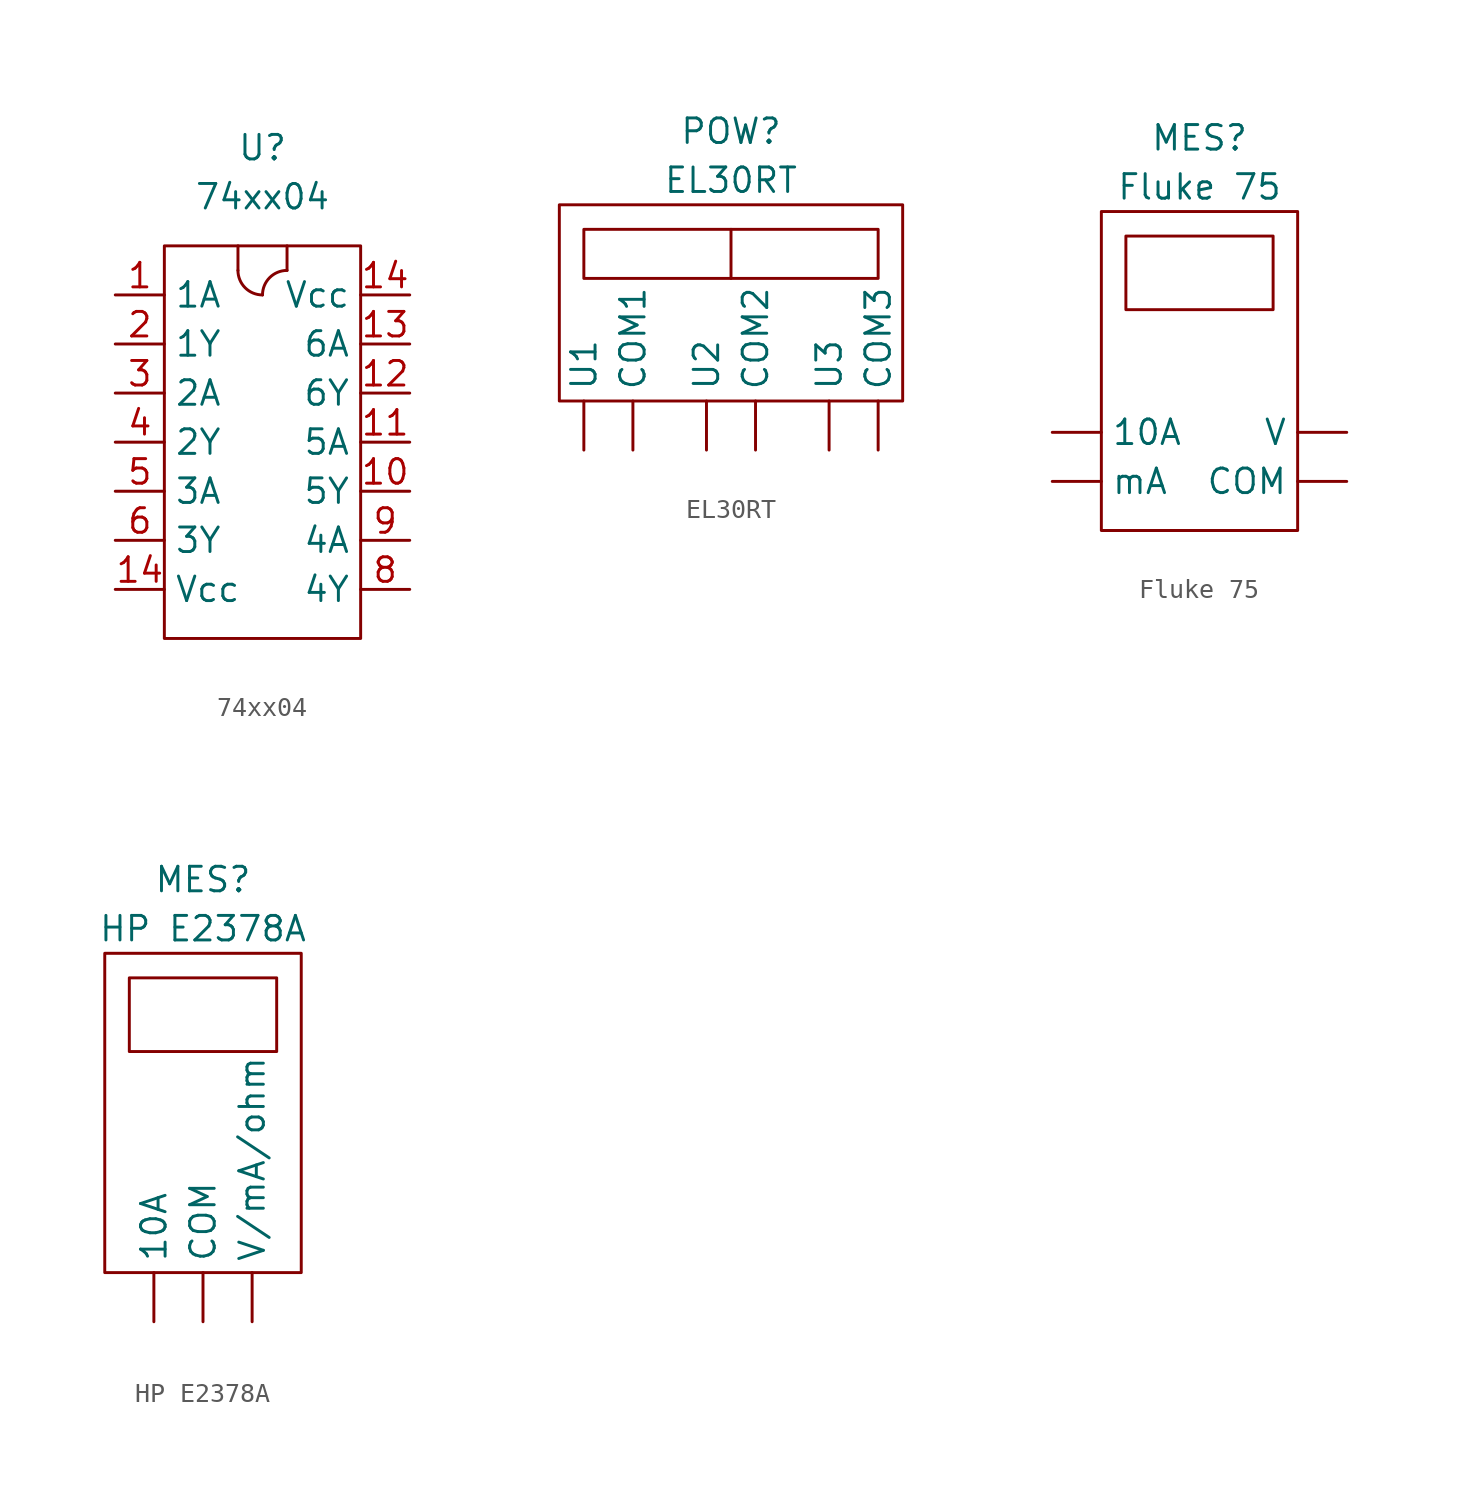
<source format=kicad_sym>
(kicad_symbol_lib
  (version 20211014)
  (generator kicad_symbol_editor)
  (symbol "74xx04"
    (property "Reference" "U"
      (at 0 13.97 0)
      (effects (font (size 1.27 1.27))))
    (property "Value" "74xx04"
      (at 0 11.43 0)
      (effects (font (size 1.27 1.27))))
    (symbol "74xx04_0_1"
      (rectangle (start -5.08 8.89) (end 5.08 -11.43) (stroke (width 0) (type default) (color 0 0 0 0)) (fill (type none)))
      (arc (start -1.27 7.62) (mid -0.898 6.722) (end 0 6.35) (stroke (width 0) (type default) (color 0 0 0 0)) (fill (type none)))
      (polyline (pts (xy -1.27 8.89) (xy -1.27 7.62)) (stroke (width 0) (type default) (color 0 0 0 0)) (fill (type none)))
      (polyline (pts (xy 1.27 8.89) (xy 1.27 7.62)) (stroke (width 0) (type default) (color 0 0 0 0)) (fill (type none)))
      (arc (start 1.27 7.62) (mid -0.898 8.518) (end 0 6.35) (stroke (width 0) (type default) (color 0 0 0 0)) (fill (type none))))
    (symbol "74xx04_1_1"
      (pin input line (at -7.62 6.35 0) (length 2.54) (name "1A" (effects (font (size 1.27 1.27)))) (number "1" (effects (font (size 1.27 1.27)))))
      (pin output line (at 7.62 -3.81 180) (length 2.54) (name "5Y" (effects (font (size 1.27 1.27)))) (number "10" (effects (font (size 1.27 1.27)))))
      (pin input line (at 7.62 -1.27 180) (length 2.54) (name "5A" (effects (font (size 1.27 1.27)))) (number "11" (effects (font (size 1.27 1.27)))))
      (pin output line (at 7.62 1.27 180) (length 2.54) (name "6Y" (effects (font (size 1.27 1.27)))) (number "12" (effects (font (size 1.27 1.27)))))
      (pin input line (at 7.62 3.81 180) (length 2.54) (name "6A" (effects (font (size 1.27 1.27)))) (number "13" (effects (font (size 1.27 1.27)))))
      (pin power_in line (at -7.62 -8.89 0) (length 2.54) (name "Vcc" (effects (font (size 1.27 1.27)))) (number "14" (effects (font (size 1.27 1.27)))))
      (pin power_in line (at 7.62 6.35 180) (length 2.54) (name "Vcc" (effects (font (size 1.27 1.27)))) (number "14" (effects (font (size 1.27 1.27)))))
      (pin output line (at -7.62 3.81 0) (length 2.54) (name "1Y" (effects (font (size 1.27 1.27)))) (number "2" (effects (font (size 1.27 1.27)))))
      (pin input line (at -7.62 1.27 0) (length 2.54) (name "2A" (effects (font (size 1.27 1.27)))) (number "3" (effects (font (size 1.27 1.27)))))
      (pin output line (at -7.62 -1.27 0) (length 2.54) (name "2Y" (effects (font (size 1.27 1.27)))) (number "4" (effects (font (size 1.27 1.27)))))
      (pin input line (at -7.62 -3.81 0) (length 2.54) (name "3A" (effects (font (size 1.27 1.27)))) (number "5" (effects (font (size 1.27 1.27)))))
      (pin output line (at -7.62 -6.35 0) (length 2.54) (name "3Y" (effects (font (size 1.27 1.27)))) (number "6" (effects (font (size 1.27 1.27)))))
      (pin output line (at 7.62 -8.89 180) (length 2.54) (name "4Y" (effects (font (size 1.27 1.27)))) (number "8" (effects (font (size 1.27 1.27)))))
      (pin input line (at 7.62 -6.35 180) (length 2.54) (name "4A" (effects (font (size 1.27 1.27)))) (number "9" (effects (font (size 1.27 1.27)))))))
  (symbol "EL30RT"
    (property "Reference" "POW"
      (at 0 8.89 0)
      (effects (font (size 1.27 1.27))))
    (property "Value" "EL30RT"
      (at 0 6.35 0)
      (effects (font (size 1.27 1.27))))
    (symbol "EL30RT_0_1"
      (rectangle (start -8.89 5.08) (end 8.89 -5.08) (stroke (width 0) (type default) (color 0 0 0 0)) (fill (type none)))
      (rectangle (start -7.62 3.81) (end 7.62 1.27) (stroke (width 0) (type default) (color 0 0 0 0)) (fill (type none)))
      (polyline (pts (xy 0 3.81) (xy 0 1.27)) (stroke (width 0) (type default) (color 0 0 0 0)) (fill (type none))))
    (symbol "EL30RT_1_1"
      (pin power_out line (at -5.08 -7.62 90) (length 2.54) (name "COM1" (effects (font (size 1.27 1.27)))) (number "" (effects (font (size 1.27 1.27)))))
      (pin power_out line (at 1.27 -7.62 90) (length 2.54) (name "COM2" (effects (font (size 1.27 1.27)))) (number "" (effects (font (size 1.27 1.27)))))
      (pin power_out line (at 7.62 -7.62 90) (length 2.54) (name "COM3" (effects (font (size 1.27 1.27)))) (number "" (effects (font (size 1.27 1.27)))))
      (pin power_out line (at -7.62 -7.62 90) (length 2.54) (name "U1" (effects (font (size 1.27 1.27)))) (number "" (effects (font (size 1.27 1.27)))))
      (pin power_out line (at -1.27 -7.62 90) (length 2.54) (name "U2" (effects (font (size 1.27 1.27)))) (number "" (effects (font (size 1.27 1.27)))))
      (pin power_out line (at 5.08 -7.62 90) (length 2.54) (name "U3" (effects (font (size 1.27 1.27)))) (number "" (effects (font (size 1.27 1.27)))))))
  (symbol "Fluke 75"
    (property "Reference" "MES"
      (at 0 11.43 0)
      (effects (font (size 1.27 1.27))))
    (property "Value" "Fluke 75"
      (at 0 8.89 0)
      (effects (font (size 1.27 1.27))))
    (symbol "Fluke 75_0_1"
      (rectangle (start -5.08 7.62) (end 5.08 -8.89) (stroke (width 0) (type default) (color 0 0 0 0)) (fill (type none)))
      (rectangle (start -3.81 6.35) (end 3.81 2.54) (stroke (width 0) (type default) (color 0 0 0 0)) (fill (type none))))
    (symbol "Fluke 75_1_1"
      (pin passive line (at -7.62 -3.81 0) (length 2.54) (name "10A" (effects (font (size 1.27 1.27)))) (number "" (effects (font (size 1.27 1.27)))))
      (pin passive line (at 7.62 -6.35 180) (length 2.54) (name "COM" (effects (font (size 1.27 1.27)))) (number "" (effects (font (size 1.27 1.27)))))
      (pin passive line (at -7.62 -6.35 0) (length 2.54) (name "mA" (effects (font (size 1.27 1.27)))) (number "" (effects (font (size 1.27 1.27)))))
      (pin passive line (at 7.62 -3.81 180) (length 2.54) (name "V" (effects (font (size 1.27 1.27)))) (number "" (effects (font (size 1.27 1.27)))))))
  (symbol "HP E2378A"
    (property "Reference" "MES"
      (at 0 12.7 0)
      (effects (font (size 1.27 1.27))))
    (property "Value" "HP E2378A"
      (at 0 10.16 0)
      (effects (font (size 1.27 1.27))))
    (symbol "HP E2378A_0_1"
      (rectangle (start -5.08 8.89) (end 5.08 -7.62) (stroke (width 0) (type default) (color 0 0 0 0)) (fill (type none)))
      (rectangle (start -3.81 7.62) (end 3.81 3.81) (stroke (width 0) (type default) (color 0 0 0 0)) (fill (type none))))
    (symbol "HP E2378A_1_1"
      (pin passive line (at -2.54 -10.16 90) (length 2.54) (name "10A" (effects (font (size 1.27 1.27)))) (number "" (effects (font (size 1.27 1.27)))))
      (pin passive line (at 0 -10.16 90) (length 2.54) (name "COM" (effects (font (size 1.27 1.27)))) (number "" (effects (font (size 1.27 1.27)))))
      (pin passive line (at 2.54 -10.16 90) (length 2.54) (name "V/mA/ohm" (effects (font (size 1.27 1.27)))) (number "" (effects (font (size 1.27 1.27))))))))
</source>
